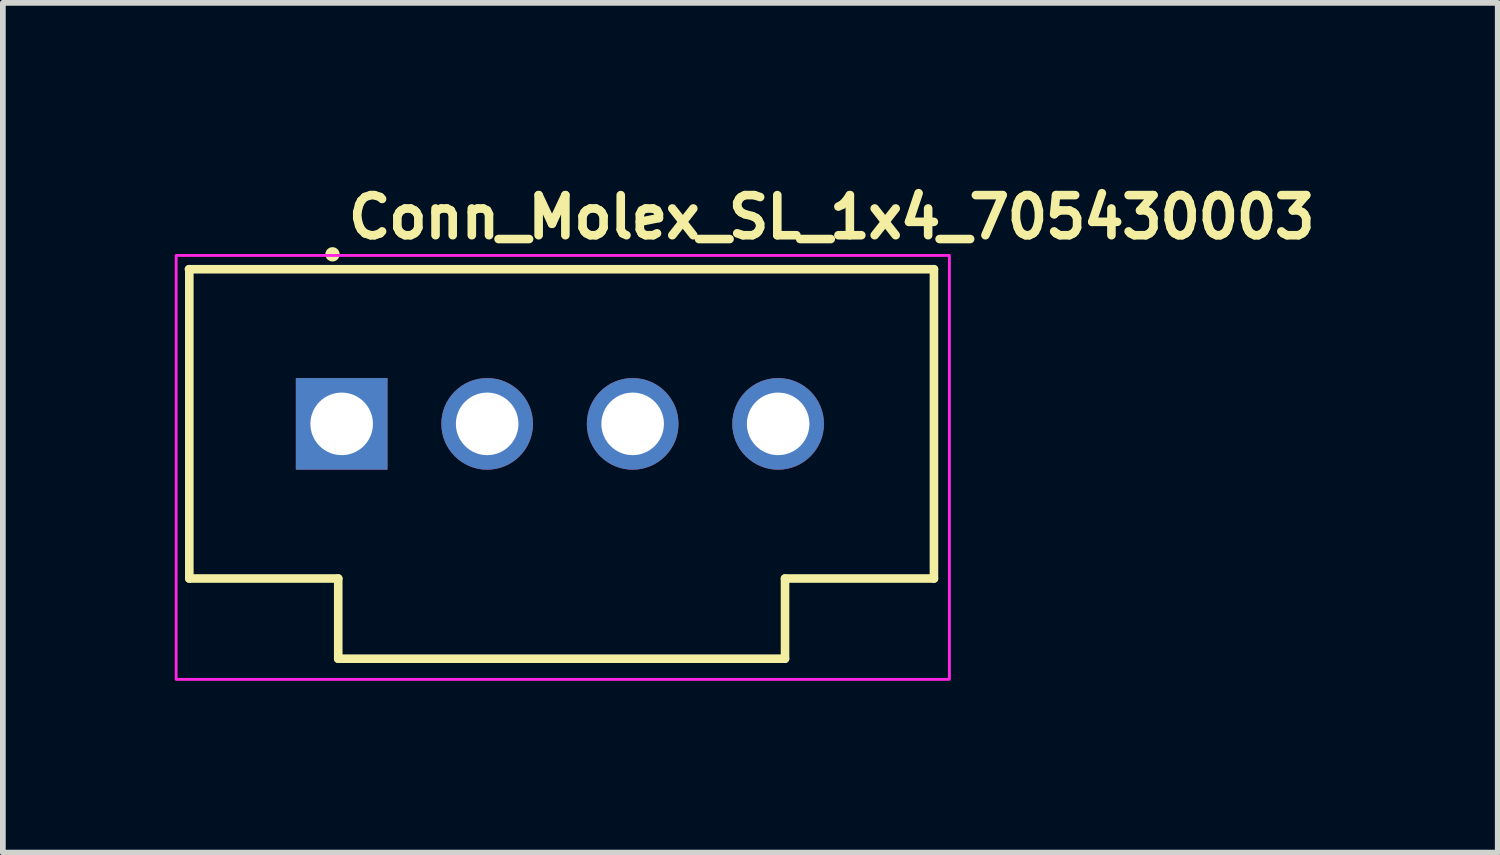
<source format=kicad_pcb>
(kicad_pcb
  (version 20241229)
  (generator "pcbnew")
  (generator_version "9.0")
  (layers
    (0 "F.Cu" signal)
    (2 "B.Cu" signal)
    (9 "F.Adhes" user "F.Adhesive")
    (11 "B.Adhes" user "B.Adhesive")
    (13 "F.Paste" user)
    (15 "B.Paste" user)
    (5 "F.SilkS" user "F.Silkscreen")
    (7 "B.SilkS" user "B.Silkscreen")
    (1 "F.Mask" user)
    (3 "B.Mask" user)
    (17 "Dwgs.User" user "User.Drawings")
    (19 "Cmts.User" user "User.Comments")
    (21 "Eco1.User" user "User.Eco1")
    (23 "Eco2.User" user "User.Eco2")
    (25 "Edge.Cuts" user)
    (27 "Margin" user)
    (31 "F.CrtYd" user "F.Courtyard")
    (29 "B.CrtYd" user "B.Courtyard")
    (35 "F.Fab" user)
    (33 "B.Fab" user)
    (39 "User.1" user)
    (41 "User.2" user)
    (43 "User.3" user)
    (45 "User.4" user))
  (footprint "Conn_Molex_SL_1x4_705430003"
    (layer "F.Cu")
    (at 2.955 4.35)
    (property "Reference" "Conn_Molex_SL_1x4_705430003" (at 0 -3.2 0) (unlocked yes) (layer "F.SilkS") (effects (font (size 0.7 0.7) (thickness 0.15)) (justify left bottom)))
    (attr through_hole)
    (fp_line (start -2.7 -2.7) (end -2.7 2.7) (stroke (width 0.15) (type solid)) (layer "F.SilkS"))
    (fp_line (start -0.1 2.7) (end -2.7 2.7) (stroke (width 0.15) (type solid)) (layer "F.SilkS"))
    (fp_line (start -0.1 2.7) (end -0.1 4.1) (stroke (width 0.15) (type solid)) (layer "F.SilkS"))
    (fp_line (start -0.1 4.1) (end 7.7 4.1) (stroke (width 0.15) (type solid)) (layer "F.SilkS"))
    (fp_line (start 7.7 2.7) (end 7.7 4.1) (stroke (width 0.15) (type solid)) (layer "F.SilkS"))
    (fp_line (start 10.3 -2.7) (end -2.707 -2.7) (stroke (width 0.15) (type solid)) (layer "F.SilkS"))
    (fp_line (start 10.3 -2.7) (end 10.3 2.7) (stroke (width 0.15) (type solid)) (layer "F.SilkS"))
    (fp_line (start 10.3 2.7) (end 7.7 2.7) (stroke (width 0.15) (type solid)) (layer "F.SilkS"))
    (fp_circle (center -0.2 -2.96) (end -0.15 -2.96) (stroke (width 0.15) (type solid)) (fill yes) (layer "F.SilkS"))
    (fp_rect (start 10.57 4.46) (end -2.93 -2.94) (stroke (width 0.05) (type solid)) (fill no) (layer "F.CrtYd"))
    (fp_rect (start 10.171 4.062) (end -2.529 -2.542) (stroke (width 0.1) (type solid)) (fill no) (layer "User.5"))
    (fp_line (start -2.529 2.538) (end -2.529 -2.542) (stroke (width 0.02) (type solid)) (layer "User.9"))
    (fp_line (start -2.529 2.538) (end -1.818 2.538) (stroke (width 0.02) (type solid)) (layer "User.9"))
    (fp_line (start -2.021 -2.034) (end 0.646 -2.034) (stroke (width 0.02) (type solid)) (layer "User.9"))
    (fp_line (start -2.021 2.03) (end -2.021 -2.034) (stroke (width 0.02) (type solid)) (layer "User.9"))
    (fp_line (start -1.818 2.513) (end -1.818 2.538) (stroke (width 0.02) (type solid)) (layer "User.9"))
    (fp_line (start -1.818 2.538) (end -1.005 2.538) (stroke (width 0.02) (type solid)) (layer "User.9"))
    (fp_line (start -1.513 -1.526) (end -2.021 -2.034) (stroke (width 0.02) (type solid)) (layer "User.9"))
    (fp_line (start -1.513 -1.526) (end 0.646 -1.526) (stroke (width 0.02) (type solid)) (layer "User.9"))
    (fp_line (start -1.513 1.522) (end -2.021 2.03) (stroke (width 0.02) (type solid)) (layer "User.9"))
    (fp_line (start -1.513 1.522) (end -1.513 -1.526) (stroke (width 0.02) (type solid)) (layer "User.9"))
    (fp_line (start -1.005 2.538) (end -1.005 2.513) (stroke (width 0.02) (type solid)) (layer "User.9"))
    (fp_line (start -1.005 2.538) (end -0.192 2.538) (stroke (width 0.02) (type solid)) (layer "User.9"))
    (fp_line (start -0.307 -0.32) (end -0.104 -0.116) (stroke (width 0.02) (type solid)) (layer "User.9"))
    (fp_line (start -0.307 -0.32) (end 0.328 -0.32) (stroke (width 0.02) (type solid)) (layer "User.9"))
    (fp_line (start -0.307 0.316) (end -0.307 -0.32) (stroke (width 0.02) (type solid)) (layer "User.9"))
    (fp_line (start -0.307 0.316) (end 0.328 0.316) (stroke (width 0.02) (type solid)) (layer "User.9"))
    (fp_line (start -0.192 2.513) (end -1.818 2.513) (stroke (width 0.02) (type solid)) (layer "User.9"))
    (fp_line (start -0.192 2.513) (end -0.192 2.538) (stroke (width 0.02) (type solid)) (layer "User.9"))
    (fp_line (start -0.192 2.538) (end 0.011 2.538) (stroke (width 0.02) (type solid)) (layer "User.9"))
    (fp_line (start -0.104 -0.116) (end 0.125 -0.116) (stroke (width 0.02) (type solid)) (layer "User.9"))
    (fp_line (start -0.104 0.112) (end -0.307 0.316) (stroke (width 0.02) (type solid)) (layer "User.9"))
    (fp_line (start -0.104 0.112) (end -0.104 -0.116) (stroke (width 0.02) (type solid)) (layer "User.9"))
    (fp_line (start -0.104 0.112) (end 0.125 0.112) (stroke (width 0.02) (type solid)) (layer "User.9"))
    (fp_line (start 0.011 4.062) (end 0.011 2.538) (stroke (width 0.02) (type solid)) (layer "User.9"))
    (fp_line (start 0.125 -0.116) (end 0.125 0.112) (stroke (width 0.02) (type solid)) (layer "User.9"))
    (fp_line (start 0.125 -0.116) (end 0.328 -0.32) (stroke (width 0.02) (type solid)) (layer "User.9"))
    (fp_line (start 0.328 -0.32) (end 0.328 0.316) (stroke (width 0.02) (type solid)) (layer "User.9"))
    (fp_line (start 0.328 0.316) (end 0.125 0.112) (stroke (width 0.02) (type solid)) (layer "User.9"))
    (fp_line (start 0.519 2.03) (end -2.021 2.03) (stroke (width 0.02) (type solid)) (layer "User.9"))
    (fp_line (start 0.519 3.554) (end 0.519 2.03) (stroke (width 0.02) (type solid)) (layer "User.9"))
    (fp_line (start 0.646 -2.542) (end -2.529 -2.542) (stroke (width 0.02) (type solid)) (layer "User.9"))
    (fp_line (start 0.646 -2.542) (end 0.646 -2.034) (stroke (width 0.02) (type solid)) (layer "User.9"))
    (fp_line (start 0.646 -2.034) (end 0.646 -1.526) (stroke (width 0.02) (type solid)) (layer "User.9"))
    (fp_line (start 1.027 1.522) (end -1.513 1.522) (stroke (width 0.02) (type solid)) (layer "User.9"))
    (fp_line (start 1.027 1.522) (end 0.519 2.03) (stroke (width 0.02) (type solid)) (layer "User.9"))
    (fp_line (start 1.027 3.046) (end 0.519 3.554) (stroke (width 0.02) (type solid)) (layer "User.9"))
    (fp_line (start 1.027 3.046) (end 1.027 1.522) (stroke (width 0.02) (type solid)) (layer "User.9"))
    (fp_line (start 1.916 -2.542) (end 0.646 -2.542) (stroke (width 0.02) (type solid)) (layer "User.9"))
    (fp_line (start 1.916 -2.542) (end 1.916 -2.034) (stroke (width 0.02) (type solid)) (layer "User.9"))
    (fp_line (start 1.916 -2.034) (end 1.916 -1.526) (stroke (width 0.02) (type solid)) (layer "User.9"))
    (fp_line (start 1.916 -2.034) (end 5.726 -2.034) (stroke (width 0.02) (type solid)) (layer "User.9"))
    (fp_line (start 1.916 -1.526) (end 5.726 -1.526) (stroke (width 0.02) (type solid)) (layer "User.9"))
    (fp_line (start 2.233 -0.32) (end 2.436 -0.116) (stroke (width 0.02) (type solid)) (layer "User.9"))
    (fp_line (start 2.233 -0.32) (end 2.868 -0.32) (stroke (width 0.02) (type solid)) (layer "User.9"))
    (fp_line (start 2.233 0.316) (end 2.233 -0.32) (stroke (width 0.02) (type solid)) (layer "User.9"))
    (fp_line (start 2.233 0.316) (end 2.868 0.316) (stroke (width 0.02) (type solid)) (layer "User.9"))
    (fp_line (start 2.297 1.522) (end 1.027 1.522) (stroke (width 0.02) (type solid)) (layer "User.9"))
    (fp_line (start 2.297 1.522) (end 2.297 2.03) (stroke (width 0.02) (type solid)) (layer "User.9"))
    (fp_line (start 2.297 2.03) (end 1.027 2.03) (stroke (width 0.02) (type solid)) (layer "User.9"))
    (fp_line (start 2.297 2.538) (end 1.027 2.538) (stroke (width 0.02) (type solid)) (layer "User.9"))
    (fp_line (start 2.297 2.538) (end 2.297 2.03) (stroke (width 0.02) (type solid)) (layer "User.9"))
    (fp_line (start 2.436 -0.116) (end 2.665 -0.116) (stroke (width 0.02) (type solid)) (layer "User.9"))
    (fp_line (start 2.436 0.112) (end 2.233 0.316) (stroke (width 0.02) (type solid)) (layer "User.9"))
    (fp_line (start 2.436 0.112) (end 2.436 -0.116) (stroke (width 0.02) (type solid)) (layer "User.9"))
    (fp_line (start 2.436 0.112) (end 2.665 0.112) (stroke (width 0.02) (type solid)) (layer "User.9"))
    (fp_line (start 2.665 -0.116) (end 2.665 0.112) (stroke (width 0.02) (type solid)) (layer "User.9"))
    (fp_line (start 2.665 -0.116) (end 2.868 -0.32) (stroke (width 0.02) (type solid)) (layer "User.9"))
    (fp_line (start 2.868 -0.32) (end 2.868 0.316) (stroke (width 0.02) (type solid)) (layer "User.9"))
    (fp_line (start 2.868 0.316) (end 2.665 0.112) (stroke (width 0.02) (type solid)) (layer "User.9"))
    (fp_line (start 4.773 -0.32) (end 4.976 -0.116) (stroke (width 0.02) (type solid)) (layer "User.9"))
    (fp_line (start 4.773 -0.32) (end 5.408 -0.32) (stroke (width 0.02) (type solid)) (layer "User.9"))
    (fp_line (start 4.773 0.316) (end 4.773 -0.32) (stroke (width 0.02) (type solid)) (layer "User.9"))
    (fp_line (start 4.773 0.316) (end 5.408 0.316) (stroke (width 0.02) (type solid)) (layer "User.9"))
    (fp_line (start 4.976 -0.116) (end 5.205 -0.116) (stroke (width 0.02) (type solid)) (layer "User.9"))
    (fp_line (start 4.976 0.112) (end 4.773 0.316) (stroke (width 0.02) (type solid)) (layer "User.9"))
    (fp_line (start 4.976 0.112) (end 4.976 -0.116) (stroke (width 0.02) (type solid)) (layer "User.9"))
    (fp_line (start 4.976 0.112) (end 5.205 0.112) (stroke (width 0.02) (type solid)) (layer "User.9"))
    (fp_line (start 5.205 -0.116) (end 5.205 0.112) (stroke (width 0.02) (type solid)) (layer "User.9"))
    (fp_line (start 5.205 -0.116) (end 5.408 -0.32) (stroke (width 0.02) (type solid)) (layer "User.9"))
    (fp_line (start 5.345 2.03) (end 5.345 1.522) (stroke (width 0.02) (type solid)) (layer "User.9"))
    (fp_line (start 5.345 2.538) (end 2.297 2.538) (stroke (width 0.02) (type solid)) (layer "User.9"))
    (fp_line (start 5.345 2.538) (end 5.345 2.03) (stroke (width 0.02) (type solid)) (layer "User.9"))
    (fp_line (start 5.408 -0.32) (end 5.408 0.316) (stroke (width 0.02) (type solid)) (layer "User.9"))
    (fp_line (start 5.408 0.316) (end 5.205 0.112) (stroke (width 0.02) (type solid)) (layer "User.9"))
    (fp_line (start 5.726 -2.542) (end 1.916 -2.542) (stroke (width 0.02) (type solid)) (layer "User.9"))
    (fp_line (start 5.726 -2.542) (end 5.726 -2.034) (stroke (width 0.02) (type solid)) (layer "User.9"))
    (fp_line (start 5.726 -2.542) (end 6.996 -2.542) (stroke (width 0.02) (type solid)) (layer "User.9"))
    (fp_line (start 5.726 -2.034) (end 5.726 -1.526) (stroke (width 0.02) (type solid)) (layer "User.9"))
    (fp_line (start 6.615 1.522) (end 5.345 1.522) (stroke (width 0.02) (type solid)) (layer "User.9"))
    (fp_line (start 6.615 1.522) (end 6.615 3.046) (stroke (width 0.02) (type solid)) (layer "User.9"))
    (fp_line (start 6.615 1.522) (end 7.123 2.03) (stroke (width 0.02) (type solid)) (layer "User.9"))
    (fp_line (start 6.615 2.03) (end 5.345 2.03) (stroke (width 0.02) (type solid)) (layer "User.9"))
    (fp_line (start 6.615 2.538) (end 5.345 2.538) (stroke (width 0.02) (type solid)) (layer "User.9"))
    (fp_line (start 6.615 3.046) (end 1.027 3.046) (stroke (width 0.02) (type solid)) (layer "User.9"))
    (fp_line (start 6.615 3.046) (end 7.123 3.554) (stroke (width 0.02) (type solid)) (layer "User.9"))
    (fp_line (start 6.996 -2.542) (end 6.996 -2.034) (stroke (width 0.02) (type solid)) (layer "User.9"))
    (fp_line (start 6.996 -2.034) (end 6.996 -1.526) (stroke (width 0.02) (type solid)) (layer "User.9"))
    (fp_line (start 6.996 -2.034) (end 9.663 -2.034) (stroke (width 0.02) (type solid)) (layer "User.9"))
    (fp_line (start 6.996 -1.526) (end 9.155 -1.526) (stroke (width 0.02) (type solid)) (layer "User.9"))
    (fp_line (start 7.123 2.03) (end 7.123 3.554) (stroke (width 0.02) (type solid)) (layer "User.9"))
    (fp_line (start 7.123 3.554) (end 0.519 3.554) (stroke (width 0.02) (type solid)) (layer "User.9"))
    (fp_line (start 7.313 -0.32) (end 7.516 -0.116) (stroke (width 0.02) (type solid)) (layer "User.9"))
    (fp_line (start 7.313 -0.32) (end 7.948 -0.32) (stroke (width 0.02) (type solid)) (layer "User.9"))
    (fp_line (start 7.313 0.316) (end 7.313 -0.32) (stroke (width 0.02) (type solid)) (layer "User.9"))
    (fp_line (start 7.313 0.316) (end 7.948 0.316) (stroke (width 0.02) (type solid)) (layer "User.9"))
    (fp_line (start 7.516 -0.116) (end 7.745 -0.116) (stroke (width 0.02) (type solid)) (layer "User.9"))
    (fp_line (start 7.516 0.112) (end 7.313 0.316) (stroke (width 0.02) (type solid)) (layer "User.9"))
    (fp_line (start 7.516 0.112) (end 7.516 -0.116) (stroke (width 0.02) (type solid)) (layer "User.9"))
    (fp_line (start 7.516 0.112) (end 7.745 0.112) (stroke (width 0.02) (type solid)) (layer "User.9"))
    (fp_line (start 7.631 4.062) (end 0.011 4.062) (stroke (width 0.02) (type solid)) (layer "User.9"))
    (fp_line (start 7.631 4.062) (end 7.631 2.538) (stroke (width 0.02) (type solid)) (layer "User.9"))
    (fp_line (start 7.745 -0.116) (end 7.745 0.112) (stroke (width 0.02) (type solid)) (layer "User.9"))
    (fp_line (start 7.745 -0.116) (end 7.948 -0.32) (stroke (width 0.02) (type solid)) (layer "User.9"))
    (fp_line (start 7.948 -0.32) (end 7.948 0.316) (stroke (width 0.02) (type solid)) (layer "User.9"))
    (fp_line (start 7.948 0.316) (end 7.745 0.112) (stroke (width 0.02) (type solid)) (layer "User.9"))
    (fp_line (start 9.155 -1.526) (end 9.155 1.522) (stroke (width 0.02) (type solid)) (layer "User.9"))
    (fp_line (start 9.155 -1.526) (end 9.663 -2.034) (stroke (width 0.02) (type solid)) (layer "User.9"))
    (fp_line (start 9.155 1.522) (end 6.615 1.522) (stroke (width 0.02) (type solid)) (layer "User.9"))
    (fp_line (start 9.155 1.522) (end 9.663 2.03) (stroke (width 0.02) (type solid)) (layer "User.9"))
    (fp_line (start 9.663 -2.034) (end 9.663 2.03) (stroke (width 0.02) (type solid)) (layer "User.9"))
    (fp_line (start 9.663 2.03) (end 7.123 2.03) (stroke (width 0.02) (type solid)) (layer "User.9"))
    (fp_line (start 10.171 -2.542) (end 6.996 -2.542) (stroke (width 0.02) (type solid)) (layer "User.9"))
    (fp_line (start 10.171 2.538) (end 7.631 2.538) (stroke (width 0.02) (type solid)) (layer "User.9"))
    (fp_line (start 10.171 2.538) (end 10.171 -2.542) (stroke (width 0.02) (type solid)) (layer "User.9"))
    (pad "1" thru_hole rect (at -0.04 0 180) (size 1.6 1.6) (drill 1.092) (layers "*.Cu" "*.Mask"))
    (pad "2" thru_hole circle (at 2.5 0 180) (size 1.6 1.6) (drill 1.092) (layers "*.Cu" "*.Mask"))
    (pad "3" thru_hole circle (at 5.04 0 180) (size 1.6 1.6) (drill 1.092) (layers "*.Cu" "*.Mask"))
    (pad "4" thru_hole circle (at 7.58 0 180) (size 1.6 1.6) (drill 1.092) (layers "*.Cu" "*.Mask")))
  (gr_rect
    (start -3 -3)
    (end 23.098 11.835)
    (stroke (width 0.1) (type default))
    (fill no)
    (layer "Edge.Cuts")))
</source>
